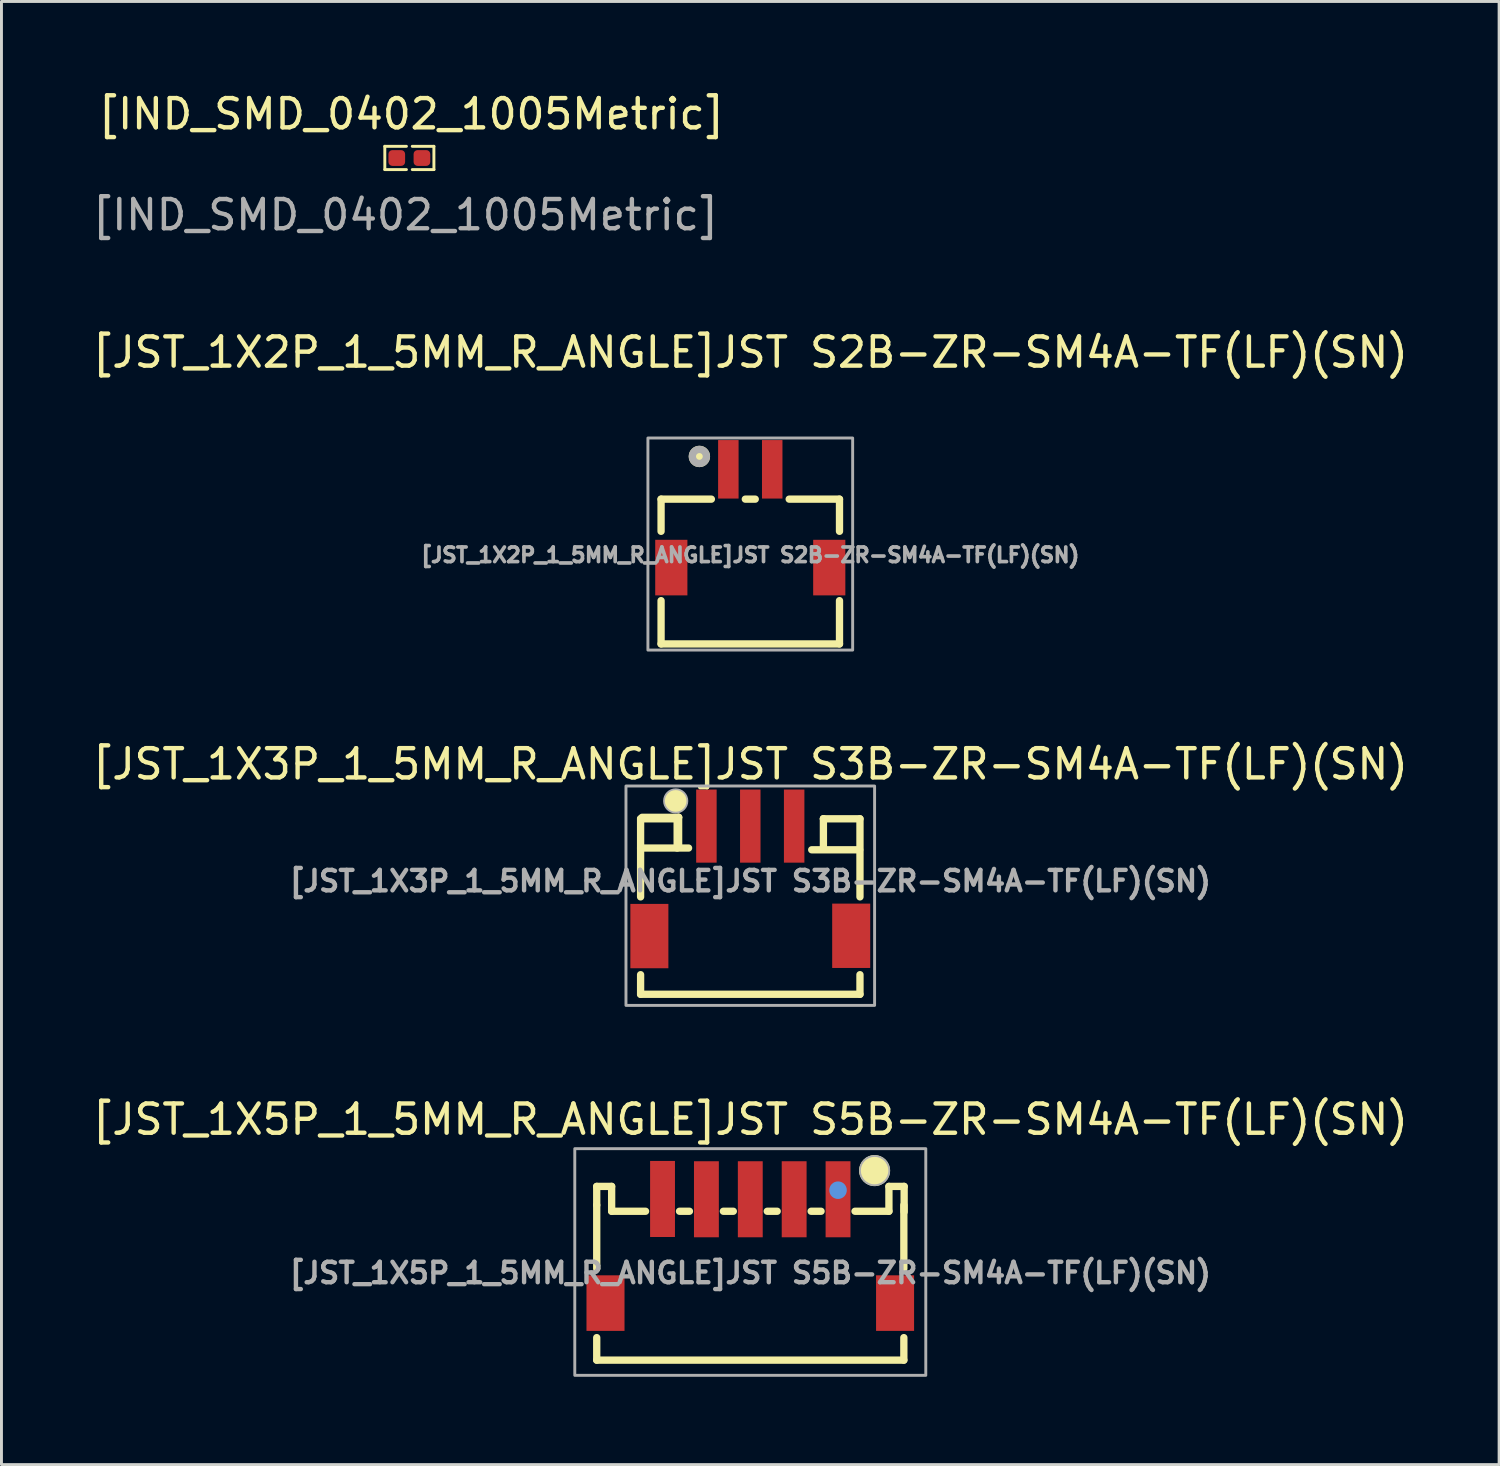
<source format=kicad_pcb>
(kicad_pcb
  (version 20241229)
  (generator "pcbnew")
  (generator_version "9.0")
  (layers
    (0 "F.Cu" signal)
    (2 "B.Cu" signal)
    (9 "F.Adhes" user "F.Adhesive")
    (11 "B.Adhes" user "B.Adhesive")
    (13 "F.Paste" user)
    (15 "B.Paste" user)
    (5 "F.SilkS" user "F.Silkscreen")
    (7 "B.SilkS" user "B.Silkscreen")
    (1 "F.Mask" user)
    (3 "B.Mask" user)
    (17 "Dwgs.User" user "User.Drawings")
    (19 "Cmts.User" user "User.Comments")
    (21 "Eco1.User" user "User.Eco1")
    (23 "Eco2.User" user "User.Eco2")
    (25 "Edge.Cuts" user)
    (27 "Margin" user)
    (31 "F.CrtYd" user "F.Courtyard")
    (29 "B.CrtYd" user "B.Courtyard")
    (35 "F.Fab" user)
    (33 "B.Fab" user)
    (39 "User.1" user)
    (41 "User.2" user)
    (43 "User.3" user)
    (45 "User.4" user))
  (footprint "[JST_1X3P_1_5MM_R_ANGLE]JST S3B-ZR-SM4A-TF(LF)(SN)"
    (layer "F.Cu")
    (at 22.601 27.073)
    (property "Reference" "[JST_1X3P_1_5MM_R_ANGLE]JST S3B-ZR-SM4A-TF(LF)(SN)" (at 0 -4 0) (layer "F.SilkS") (effects (font (size 1 1) (thickness 0.15))))
    (attr through_hole)
    (fp_line (start -3.75 -2.13) (end -3.75 0.54) (stroke (width 0.25) (type solid)) (layer "F.SilkS"))
    (fp_line (start -3.75 -2.13) (end -2.5 -2.13) (stroke (width 0.25) (type solid)) (layer "F.SilkS"))
    (fp_line (start -3.75 -1.13) (end -2.11 -1.13) (stroke (width 0.25) (type solid)) (layer "F.SilkS"))
    (fp_line (start -3.75 3.2) (end -3.75 3.87) (stroke (width 0.25) (type solid)) (layer "F.SilkS"))
    (fp_line (start -3.7 -2.18) (end -2.45 -2.18) (stroke (width 0.25) (type solid)) (layer "F.SilkS"))
    (fp_line (start -2.5 -2.13) (end -2.5 -2.13) (stroke (width 0.25) (type solid)) (layer "F.SilkS"))
    (fp_line (start -2.5 -2.13) (end -2.5 -1.13) (stroke (width 0.25) (type solid)) (layer "F.SilkS"))
    (fp_line (start -2.45 -2.18) (end -2.45 -2.18) (stroke (width 0.25) (type solid)) (layer "F.SilkS"))
    (fp_line (start -2.45 -2.18) (end -2.45 -1.18) (stroke (width 0.25) (type solid)) (layer "F.SilkS"))
    (fp_line (start 2.1 -1.07) (end 3.74 -1.07) (stroke (width 0.25) (type solid)) (layer "F.SilkS"))
    (fp_line (start 2.5 -2.13) (end 2.5 -2.13) (stroke (width 0.25) (type solid)) (layer "F.SilkS"))
    (fp_line (start 2.5 -2.13) (end 2.5 -1.13) (stroke (width 0.25) (type solid)) (layer "F.SilkS"))
    (fp_line (start 3.75 -2.13) (end 2.5 -2.13) (stroke (width 0.25) (type solid)) (layer "F.SilkS"))
    (fp_line (start 3.75 -2.13) (end 3.75 0.54) (stroke (width 0.25) (type solid)) (layer "F.SilkS"))
    (fp_line (start 3.75 3.2) (end 3.75 3.87) (stroke (width 0.25) (type solid)) (layer "F.SilkS"))
    (fp_line (start 3.75 3.87) (end -3.75 3.87) (stroke (width 0.25) (type solid)) (layer "F.SilkS"))
    (fp_circle (center -2.55 -2.74) (end -2.35 -2.74) (stroke (width 0.4) (type solid)) (fill no) (layer "F.SilkS"))
    (fp_rect (start -4.25 -3.25) (end 4.25 4.25) (stroke (width 0.1) (type solid)) (fill no) (layer "F.Fab"))
    (fp_circle (center -2.55 -2.74) (end -2.15 -2.74) (stroke (width 0.06) (type solid)) (fill no) (layer "F.Fab"))
    (fp_text user "${REFERENCE}" (at 0 0 0) (layer "F.Fab") (effects (font (size 0.7 0.7) (thickness 0.15))))
    (pad "1" smd rect (at -1.5 -1.88) (size 0.7 2.5) (layers "F.Cu" "F.Mask" "F.Paste"))
    (pad "2" smd rect (at 0 -1.88) (size 0.7 2.5) (layers "F.Cu" "F.Mask" "F.Paste"))
    (pad "3" smd rect (at 1.5 -1.88) (size 0.7 2.5) (layers "F.Cu" "F.Mask" "F.Paste"))
    (pad "4" smd rect (at 3.45 1.87) (size 1.3 2.2) (layers "F.Cu" "F.Mask" "F.Paste"))
    (pad "5" smd rect (at -3.45 1.88) (size 1.3 2.2) (layers "F.Cu" "F.Mask" "F.Paste")))
  (footprint "[JST_1X2P_1_5MM_R_ANGLE]JST S2B-ZR-SM4A-TF(LF)(SN)"
    (layer "F.Cu")
    (at 22.601 14.675)
    (property "Reference" "[JST_1X2P_1_5MM_R_ANGLE]JST S2B-ZR-SM4A-TF(LF)(SN)" (at 0 -5.68 0) (layer "F.SilkS") (effects (font (size 1 1) (thickness 0.15))))
    (attr smd)
    (fp_line (start -3.05 -0.66) (end -3.05 0.44) (stroke (width 0.25) (type solid)) (layer "F.SilkS"))
    (fp_line (start -3.05 2.81) (end -3.05 4.29) (stroke (width 0.25) (type solid)) (layer "F.SilkS"))
    (fp_line (start -3.05 4.29) (end 3.05 4.29) (stroke (width 0.25) (type solid)) (layer "F.SilkS"))
    (fp_line (start -1.33 -0.66) (end -3.05 -0.66) (stroke (width 0.25) (type solid)) (layer "F.SilkS"))
    (fp_line (start 0.17 -0.66) (end -0.17 -0.66) (stroke (width 0.25) (type solid)) (layer "F.SilkS"))
    (fp_line (start 3.05 -0.66) (end 1.33 -0.66) (stroke (width 0.25) (type solid)) (layer "F.SilkS"))
    (fp_line (start 3.05 0.44) (end 3.05 -0.66) (stroke (width 0.25) (type solid)) (layer "F.SilkS"))
    (fp_line (start 3.05 4.29) (end 3.05 2.81) (stroke (width 0.25) (type solid)) (layer "F.SilkS"))
    (fp_circle (center -1.74 -2.12) (end -1.5 -2.12) (stroke (width 0.25) (type solid)) (fill yes) (layer "F.SilkS"))
    (fp_rect (start -3.5 -2.75) (end 3.5 4.5) (stroke (width 0.1) (type solid)) (fill no) (layer "F.Fab"))
    (fp_circle (center -1.74 -2.12) (end -1.5 -2.12) (stroke (width 0.25) (type solid)) (fill no) (layer "F.Fab"))
    (fp_text user "${REFERENCE}" (at 0 1.25 0) (layer "F.Fab") (effects (font (size 0.5 0.5) (thickness 0.125))))
    (pad "1" smd rect (at -0.75 -1.68 180) (size 0.7 2) (layers "F.Cu" "F.Mask" "F.Paste"))
    (pad "2" smd rect (at 0.75 -1.68 180) (size 0.7 2) (layers "F.Cu" "F.Mask" "F.Paste"))
    (pad "3" smd rect (at -2.7 1.68 180) (size 1.1 1.9) (layers "F.Cu" "F.Mask" "F.Paste"))
    (pad "4" smd rect (at 2.7 1.68 180) (size 1.1 1.9) (layers "F.Cu" "F.Mask" "F.Paste")))
  (footprint "[IND_SMD_0402_1005Metric]"
    (layer "F.Cu")
    (at 10.965 2.348)
    (property "Reference" "[IND_SMD_0402_1005Metric]" (at 0.05 -1.5 0) (layer "F.SilkS") (effects (font (size 1 1) (thickness 0.15))))
    (attr smd)
    (fp_line (start -0.859 -0.396) (end -0.12 -0.396) (stroke (width 0.1) (type default)) (layer "F.SilkS"))
    (fp_line (start -0.858 0.4) (end -0.859 -0.396) (stroke (width 0.1) (type default)) (layer "F.SilkS"))
    (fp_line (start -0.12 0.4) (end -0.858 0.4) (stroke (width 0.1) (type default)) (layer "F.SilkS"))
    (fp_line (start 0.08 -0.396) (end 0.819 -0.396) (stroke (width 0.1) (type default)) (layer "F.SilkS"))
    (fp_line (start 0.819 -0.396) (end 0.82 0.4) (stroke (width 0.1) (type default)) (layer "F.SilkS"))
    (fp_line (start 0.82 0.4) (end 0.08 0.4) (stroke (width 0.1) (type default)) (layer "F.SilkS"))
    (fp_text user "${REFERENCE}" (at -0.15 1.95 0) (layer "F.Fab") (effects (font (size 1 1) (thickness 0.15))))
    (pad "1" smd roundrect (at -0.45 0.004) (size 0.57 0.54) (layers "F.Cu" "F.Mask" "F.Paste") (roundrect_rratio 0.25))
    (pad "2" smd roundrect (at 0.41 0.004) (size 0.57 0.54) (layers "F.Cu" "F.Mask" "F.Paste") (roundrect_rratio 0.25)))
  (footprint "[JST_1X5P_1_5MM_R_ANGLE]JST S5B-ZR-SM4A-TF(LF)(SN)"
    (layer "F.Cu")
    (at 22.601 39.721)
    (property "Reference" "[JST_1X5P_1_5MM_R_ANGLE]JST S5B-ZR-SM4A-TF(LF)(SN)" (at 0 -4.5 0) (layer "F.SilkS") (effects (font (size 1 1) (thickness 0.15))))
    (attr smd)
    (fp_line (start -5.25 -2.21) (end -4.74 -2.21) (stroke (width 0.25) (type solid)) (layer "F.SilkS"))
    (fp_line (start -5.25 -1.57) (end -5.25 -2.21) (stroke (width 0.25) (type solid)) (layer "F.SilkS"))
    (fp_line (start -5.25 0.6) (end -5.25 -1.57) (stroke (width 0.25) (type solid)) (layer "F.SilkS"))
    (fp_line (start -5.25 3.73) (end -5.25 2.96) (stroke (width 0.25) (type solid)) (layer "F.SilkS"))
    (fp_line (start -5.25 3.73) (end 5.25 3.73) (stroke (width 0.25) (type solid)) (layer "F.SilkS"))
    (fp_line (start -4.74 -2.21) (end -4.74 -1.36) (stroke (width 0.25) (type solid)) (layer "F.SilkS"))
    (fp_line (start -4.74 -1.36) (end -3.58 -1.36) (stroke (width 0.25) (type solid)) (layer "F.SilkS"))
    (fp_line (start -2.42 -1.36) (end -2.08 -1.36) (stroke (width 0.25) (type solid)) (layer "F.SilkS"))
    (fp_line (start -0.92 -1.36) (end -0.58 -1.36) (stroke (width 0.25) (type solid)) (layer "F.SilkS"))
    (fp_line (start 0.58 -1.36) (end 0.92 -1.36) (stroke (width 0.25) (type solid)) (layer "F.SilkS"))
    (fp_line (start 2.08 -1.36) (end 2.42 -1.36) (stroke (width 0.25) (type solid)) (layer "F.SilkS"))
    (fp_line (start 3.58 -1.36) (end 4.74 -1.36) (stroke (width 0.25) (type solid)) (layer "F.SilkS"))
    (fp_line (start 4.74 -2.21) (end 5.26 -2.21) (stroke (width 0.25) (type solid)) (layer "F.SilkS"))
    (fp_line (start 4.74 -1.36) (end 4.74 -2.21) (stroke (width 0.25) (type solid)) (layer "F.SilkS"))
    (fp_line (start 5.25 0.6) (end 5.25 -1.57) (stroke (width 0.25) (type solid)) (layer "F.SilkS"))
    (fp_line (start 5.25 3.73) (end 5.25 2.96) (stroke (width 0.25) (type solid)) (layer "F.SilkS"))
    (fp_line (start 5.26 -2.21) (end 5.26 -1.34) (stroke (width 0.25) (type solid)) (layer "F.SilkS"))
    (fp_circle (center 4.25 -2.75) (end 4.75 -2.75) (stroke (width 0.06) (type solid)) (fill yes) (layer "F.SilkS"))
    (fp_circle (center 3 -2.08) (end 3.15 -2.08) (stroke (width 0.3) (type solid)) (fill no) (layer "Cmts.User"))
    (fp_rect (start -6 -3.5) (end 6 4.25) (stroke (width 0.1) (type solid)) (fill no) (layer "F.Fab"))
    (fp_circle (center 4.25 -2.75) (end 4.75 -2.75) (stroke (width 0.06) (type solid)) (fill no) (layer "F.Fab"))
    (fp_text user "${REFERENCE}" (at 0 0.75 0) (layer "F.Fab") (effects (font (size 0.7 0.7) (thickness 0.15))))
    (pad "1" smd rect (at 3 -1.77) (size 0.85 2.6) (layers "F.Cu" "F.Mask" "F.Paste"))
    (pad "2" smd rect (at 1.5 -1.77) (size 0.85 2.6) (layers "F.Cu" "F.Mask" "F.Paste"))
    (pad "3" smd rect (at 0 -1.77) (size 0.85 2.6) (layers "F.Cu" "F.Mask" "F.Paste"))
    (pad "4" smd rect (at -1.5 -1.77) (size 0.85 2.6) (layers "F.Cu" "F.Mask" "F.Paste"))
    (pad "5" smd rect (at -3 -1.78) (size 0.85 2.6) (layers "F.Cu" "F.Mask" "F.Paste"))
    (pad "6" smd rect (at -4.95 1.78) (size 1.3 1.9) (layers "F.Cu" "F.Mask" "F.Paste"))
    (pad "7" smd rect (at 4.95 1.78) (size 1.3 1.9) (layers "F.Cu" "F.Mask" "F.Paste")))
  (gr_rect
    (start -3 -3)
    (end 48.202 47.021)
    (stroke (width 0.1) (type default))
    (fill no)
    (layer "Edge.Cuts")))
</source>
